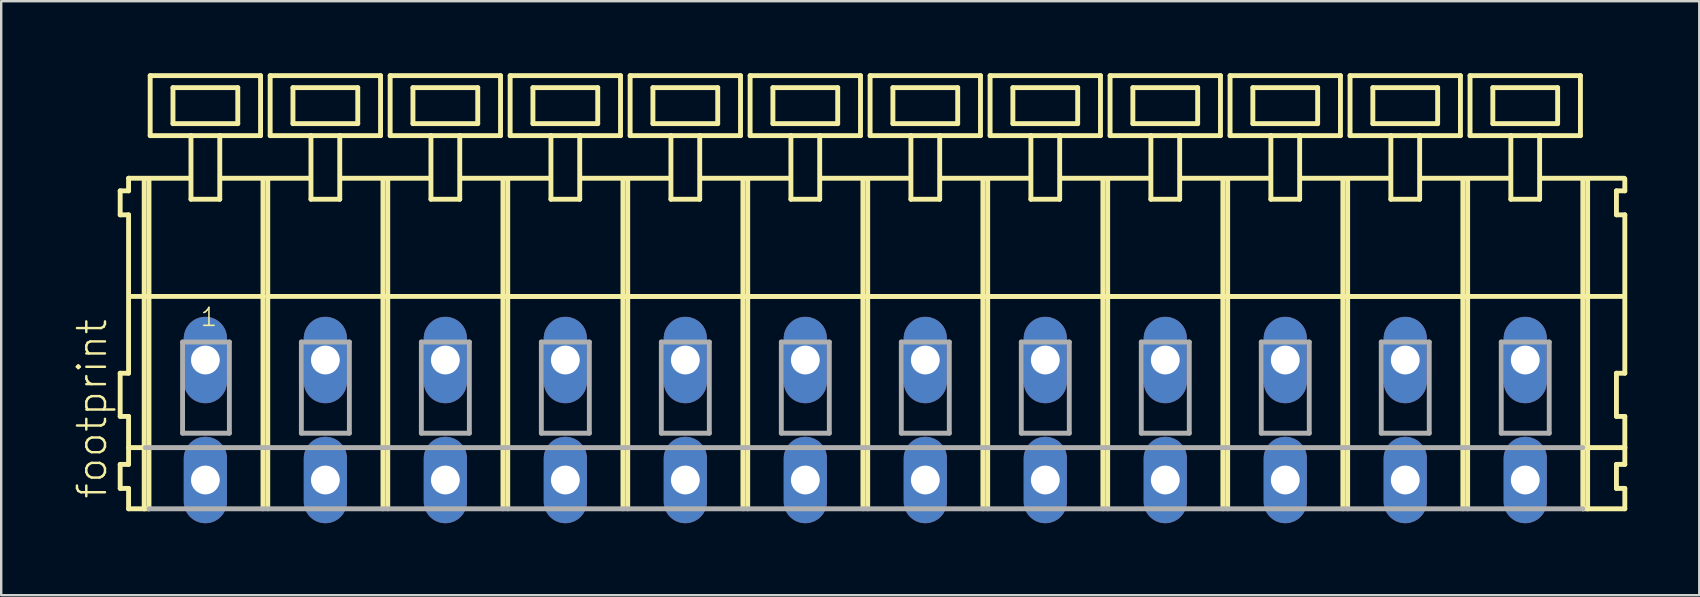
<source format=kicad_pcb>
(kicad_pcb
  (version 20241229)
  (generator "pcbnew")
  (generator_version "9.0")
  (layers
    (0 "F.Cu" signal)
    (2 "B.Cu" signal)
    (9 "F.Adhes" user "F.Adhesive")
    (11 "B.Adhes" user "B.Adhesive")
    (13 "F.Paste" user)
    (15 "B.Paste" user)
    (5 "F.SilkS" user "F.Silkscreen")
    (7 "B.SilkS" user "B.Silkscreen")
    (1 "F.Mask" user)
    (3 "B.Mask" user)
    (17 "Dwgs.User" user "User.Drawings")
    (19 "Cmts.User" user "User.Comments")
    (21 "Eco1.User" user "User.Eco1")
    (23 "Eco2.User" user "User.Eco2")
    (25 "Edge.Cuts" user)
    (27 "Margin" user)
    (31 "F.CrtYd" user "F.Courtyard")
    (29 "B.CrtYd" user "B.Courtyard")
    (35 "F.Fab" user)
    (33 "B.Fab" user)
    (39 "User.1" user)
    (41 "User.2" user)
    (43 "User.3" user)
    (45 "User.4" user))
  (footprint "footprint"
    (layer "F.Cu")
    (at 33.008 11.952)
    (property "Reference" "footprint" (at -31.535 5.855 90) (layer "F.SilkS") (effects (font (size 1.168 1.168) (thickness 0.102)) (justify left bottom)))
    (fp_line (start -31.05 -7.05) (end -31.05 -6.05) (stroke (width 0.203) (type solid)) (layer "F.SilkS"))
    (fp_line (start -31.05 -6.05) (end -30.7 -6.05) (stroke (width 0.203) (type solid)) (layer "F.SilkS"))
    (fp_line (start -31.05 0.55) (end -31.05 2.35) (stroke (width 0.203) (type solid)) (layer "F.SilkS"))
    (fp_line (start -31.05 2.35) (end -30.7 2.35) (stroke (width 0.203) (type solid)) (layer "F.SilkS"))
    (fp_line (start -31.05 4.35) (end -31.05 5.35) (stroke (width 0.203) (type solid)) (layer "F.SilkS"))
    (fp_line (start -31.05 5.35) (end -30.7 5.35) (stroke (width 0.203) (type solid)) (layer "F.SilkS"))
    (fp_line (start -30.7 -7.575) (end -30.7 -7.05) (stroke (width 0.203) (type solid)) (layer "F.SilkS"))
    (fp_line (start -30.7 -7.575) (end -28.125 -7.575) (stroke (width 0.203) (type solid)) (layer "F.SilkS"))
    (fp_line (start -30.7 -7.05) (end -31.05 -7.05) (stroke (width 0.203) (type solid)) (layer "F.SilkS"))
    (fp_line (start -30.7 -6.05) (end -30.7 0.55) (stroke (width 0.203) (type solid)) (layer "F.SilkS"))
    (fp_line (start -30.7 0.55) (end -31.05 0.55) (stroke (width 0.203) (type solid)) (layer "F.SilkS"))
    (fp_line (start -30.7 2.35) (end -30.7 4.35) (stroke (width 0.203) (type solid)) (layer "F.SilkS"))
    (fp_line (start -30.7 3.65) (end -30 3.65) (stroke (width 0.203) (type solid)) (layer "F.SilkS"))
    (fp_line (start -30.7 4.35) (end -31.05 4.35) (stroke (width 0.203) (type solid)) (layer "F.SilkS"))
    (fp_line (start -30.7 5.35) (end -30.7 6.2) (stroke (width 0.203) (type solid)) (layer "F.SilkS"))
    (fp_line (start -30.7 6.2) (end -30.05 6.2) (stroke (width 0.203) (type solid)) (layer "F.SilkS"))
    (fp_line (start -30.65 -2.65) (end -25.1 -2.65) (stroke (width 0.203) (type solid)) (layer "F.SilkS"))
    (fp_line (start -30.05 -7.55) (end -30.05 6.2) (stroke (width 0.203) (type solid)) (layer "F.SilkS"))
    (fp_line (start -30.05 6.2) (end -29.85 6.2) (stroke (width 0.203) (type solid)) (layer "F.SilkS"))
    (fp_line (start -29.85 -7.55) (end -29.85 6.2) (stroke (width 0.203) (type solid)) (layer "F.SilkS"))
    (fp_line (start -29.8 -11.85) (end -29.8 -9.35) (stroke (width 0.203) (type solid)) (layer "F.SilkS"))
    (fp_line (start -29.8 -9.35) (end -28.1 -9.35) (stroke (width 0.203) (type solid)) (layer "F.SilkS"))
    (fp_line (start -28.85 -11.35) (end -28.85 -9.85) (stroke (width 0.203) (type solid)) (layer "F.SilkS"))
    (fp_line (start -28.85 -9.85) (end -26.15 -9.85) (stroke (width 0.203) (type solid)) (layer "F.SilkS"))
    (fp_line (start -28.1 -9.35) (end -28.1 -6.7) (stroke (width 0.203) (type solid)) (layer "F.SilkS"))
    (fp_line (start -28.1 -9.35) (end -26.9 -9.35) (stroke (width 0.203) (type solid)) (layer "F.SilkS"))
    (fp_line (start -28.1 -6.7) (end -26.9 -6.7) (stroke (width 0.203) (type solid)) (layer "F.SilkS"))
    (fp_line (start -26.9 -9.35) (end -25.2 -9.35) (stroke (width 0.203) (type solid)) (layer "F.SilkS"))
    (fp_line (start -26.9 -6.7) (end -26.9 -9.35) (stroke (width 0.203) (type solid)) (layer "F.SilkS"))
    (fp_line (start -26.825 -7.575) (end -23.125 -7.575) (stroke (width 0.203) (type solid)) (layer "F.SilkS"))
    (fp_line (start -26.15 -11.35) (end -28.85 -11.35) (stroke (width 0.203) (type solid)) (layer "F.SilkS"))
    (fp_line (start -26.15 -9.85) (end -26.15 -11.35) (stroke (width 0.203) (type solid)) (layer "F.SilkS"))
    (fp_line (start -25.2 -11.85) (end -29.8 -11.85) (stroke (width 0.203) (type solid)) (layer "F.SilkS"))
    (fp_line (start -25.2 -9.35) (end -25.2 -11.85) (stroke (width 0.203) (type solid)) (layer "F.SilkS"))
    (fp_line (start -25.1 -7.55) (end -25.1 -2.65) (stroke (width 0.203) (type solid)) (layer "F.SilkS"))
    (fp_line (start -25.1 -2.65) (end -25.1 6.2) (stroke (width 0.203) (type solid)) (layer "F.SilkS"))
    (fp_line (start -24.9 -7.55) (end -24.9 -2.65) (stroke (width 0.203) (type solid)) (layer "F.SilkS"))
    (fp_line (start -24.9 -2.65) (end -24.9 6.2) (stroke (width 0.203) (type solid)) (layer "F.SilkS"))
    (fp_line (start -24.9 -2.65) (end -20.1 -2.65) (stroke (width 0.203) (type solid)) (layer "F.SilkS"))
    (fp_line (start -24.8 -11.85) (end -24.8 -9.35) (stroke (width 0.203) (type solid)) (layer "F.SilkS"))
    (fp_line (start -24.8 -9.35) (end -23.1 -9.35) (stroke (width 0.203) (type solid)) (layer "F.SilkS"))
    (fp_line (start -23.85 -11.35) (end -23.85 -9.85) (stroke (width 0.203) (type solid)) (layer "F.SilkS"))
    (fp_line (start -23.85 -9.85) (end -21.15 -9.85) (stroke (width 0.203) (type solid)) (layer "F.SilkS"))
    (fp_line (start -23.1 -9.35) (end -23.1 -6.7) (stroke (width 0.203) (type solid)) (layer "F.SilkS"))
    (fp_line (start -23.1 -9.35) (end -21.9 -9.35) (stroke (width 0.203) (type solid)) (layer "F.SilkS"))
    (fp_line (start -23.1 -6.7) (end -21.9 -6.7) (stroke (width 0.203) (type solid)) (layer "F.SilkS"))
    (fp_line (start -21.9 -9.35) (end -20.2 -9.35) (stroke (width 0.203) (type solid)) (layer "F.SilkS"))
    (fp_line (start -21.9 -6.7) (end -21.9 -9.35) (stroke (width 0.203) (type solid)) (layer "F.SilkS"))
    (fp_line (start -21.875 -7.575) (end -18.125 -7.575) (stroke (width 0.203) (type solid)) (layer "F.SilkS"))
    (fp_line (start -21.15 -11.35) (end -23.85 -11.35) (stroke (width 0.203) (type solid)) (layer "F.SilkS"))
    (fp_line (start -21.15 -9.85) (end -21.15 -11.35) (stroke (width 0.203) (type solid)) (layer "F.SilkS"))
    (fp_line (start -20.2 -11.85) (end -24.8 -11.85) (stroke (width 0.203) (type solid)) (layer "F.SilkS"))
    (fp_line (start -20.2 -9.35) (end -20.2 -11.85) (stroke (width 0.203) (type solid)) (layer "F.SilkS"))
    (fp_line (start -20.1 -7.55) (end -20.1 -2.65) (stroke (width 0.203) (type solid)) (layer "F.SilkS"))
    (fp_line (start -20.1 -2.65) (end -20.1 6.2) (stroke (width 0.203) (type solid)) (layer "F.SilkS"))
    (fp_line (start -20.1 -2.65) (end -19.9 -2.65) (stroke (width 0.203) (type solid)) (layer "F.SilkS"))
    (fp_line (start -19.9 -7.55) (end -19.9 -2.65) (stroke (width 0.203) (type solid)) (layer "F.SilkS"))
    (fp_line (start -19.9 -2.65) (end -19.9 6.2) (stroke (width 0.203) (type solid)) (layer "F.SilkS"))
    (fp_line (start -19.9 -2.65) (end -15.1 -2.65) (stroke (width 0.203) (type solid)) (layer "F.SilkS"))
    (fp_line (start -19.8 -11.85) (end -19.8 -9.35) (stroke (width 0.203) (type solid)) (layer "F.SilkS"))
    (fp_line (start -19.8 -9.35) (end -18.1 -9.35) (stroke (width 0.203) (type solid)) (layer "F.SilkS"))
    (fp_line (start -18.85 -11.35) (end -18.85 -9.85) (stroke (width 0.203) (type solid)) (layer "F.SilkS"))
    (fp_line (start -18.85 -9.85) (end -16.15 -9.85) (stroke (width 0.203) (type solid)) (layer "F.SilkS"))
    (fp_line (start -18.1 -9.35) (end -18.1 -6.7) (stroke (width 0.203) (type solid)) (layer "F.SilkS"))
    (fp_line (start -18.1 -9.35) (end -16.9 -9.35) (stroke (width 0.203) (type solid)) (layer "F.SilkS"))
    (fp_line (start -18.1 -6.7) (end -16.9 -6.7) (stroke (width 0.203) (type solid)) (layer "F.SilkS"))
    (fp_line (start -16.9 -9.35) (end -15.2 -9.35) (stroke (width 0.203) (type solid)) (layer "F.SilkS"))
    (fp_line (start -16.9 -6.7) (end -16.9 -9.35) (stroke (width 0.203) (type solid)) (layer "F.SilkS"))
    (fp_line (start -16.875 -7.575) (end -13.125 -7.575) (stroke (width 0.203) (type solid)) (layer "F.SilkS"))
    (fp_line (start -16.15 -11.35) (end -18.85 -11.35) (stroke (width 0.203) (type solid)) (layer "F.SilkS"))
    (fp_line (start -16.15 -9.85) (end -16.15 -11.35) (stroke (width 0.203) (type solid)) (layer "F.SilkS"))
    (fp_line (start -15.2 -11.85) (end -19.8 -11.85) (stroke (width 0.203) (type solid)) (layer "F.SilkS"))
    (fp_line (start -15.2 -9.35) (end -15.2 -11.85) (stroke (width 0.203) (type solid)) (layer "F.SilkS"))
    (fp_line (start -15.1 -7.55) (end -15.1 -2.65) (stroke (width 0.203) (type solid)) (layer "F.SilkS"))
    (fp_line (start -15.1 -2.65) (end -15.1 6.2) (stroke (width 0.203) (type solid)) (layer "F.SilkS"))
    (fp_line (start -15.1 -2.65) (end -14.9 -2.65) (stroke (width 0.203) (type solid)) (layer "F.SilkS"))
    (fp_line (start -15.1 -2.65) (end 29.9 -2.65) (stroke (width 0.203) (type solid)) (layer "F.SilkS"))
    (fp_line (start -14.9 -7.55) (end -14.9 -2.65) (stroke (width 0.203) (type solid)) (layer "F.SilkS"))
    (fp_line (start -14.9 -2.65) (end -14.9 6.2) (stroke (width 0.203) (type solid)) (layer "F.SilkS"))
    (fp_line (start -14.9 -2.65) (end -10.1 -2.65) (stroke (width 0.203) (type solid)) (layer "F.SilkS"))
    (fp_line (start -14.8 -11.85) (end -14.8 -9.35) (stroke (width 0.203) (type solid)) (layer "F.SilkS"))
    (fp_line (start -14.8 -9.35) (end -13.1 -9.35) (stroke (width 0.203) (type solid)) (layer "F.SilkS"))
    (fp_line (start -13.85 -11.35) (end -13.85 -9.85) (stroke (width 0.203) (type solid)) (layer "F.SilkS"))
    (fp_line (start -13.85 -9.85) (end -11.15 -9.85) (stroke (width 0.203) (type solid)) (layer "F.SilkS"))
    (fp_line (start -13.1 -9.35) (end -13.1 -6.7) (stroke (width 0.203) (type solid)) (layer "F.SilkS"))
    (fp_line (start -13.1 -9.35) (end -11.9 -9.35) (stroke (width 0.203) (type solid)) (layer "F.SilkS"))
    (fp_line (start -13.1 -6.7) (end -11.9 -6.7) (stroke (width 0.203) (type solid)) (layer "F.SilkS"))
    (fp_line (start -11.9 -9.35) (end -10.2 -9.35) (stroke (width 0.203) (type solid)) (layer "F.SilkS"))
    (fp_line (start -11.9 -6.7) (end -11.9 -9.35) (stroke (width 0.203) (type solid)) (layer "F.SilkS"))
    (fp_line (start -11.875 -7.575) (end -8.125 -7.575) (stroke (width 0.203) (type solid)) (layer "F.SilkS"))
    (fp_line (start -11.15 -11.35) (end -13.85 -11.35) (stroke (width 0.203) (type solid)) (layer "F.SilkS"))
    (fp_line (start -11.15 -9.85) (end -11.15 -11.35) (stroke (width 0.203) (type solid)) (layer "F.SilkS"))
    (fp_line (start -10.2 -11.85) (end -14.8 -11.85) (stroke (width 0.203) (type solid)) (layer "F.SilkS"))
    (fp_line (start -10.2 -9.35) (end -10.2 -11.85) (stroke (width 0.203) (type solid)) (layer "F.SilkS"))
    (fp_line (start -10.1 -7.55) (end -10.1 -2.65) (stroke (width 0.203) (type solid)) (layer "F.SilkS"))
    (fp_line (start -10.1 -2.65) (end -10.1 6.2) (stroke (width 0.203) (type solid)) (layer "F.SilkS"))
    (fp_line (start -10.1 -2.65) (end -9.9 -2.65) (stroke (width 0.203) (type solid)) (layer "F.SilkS"))
    (fp_line (start -9.9 -7.55) (end -9.9 -2.65) (stroke (width 0.203) (type solid)) (layer "F.SilkS"))
    (fp_line (start -9.9 -2.65) (end -9.9 6.2) (stroke (width 0.203) (type solid)) (layer "F.SilkS"))
    (fp_line (start -9.9 -2.65) (end -5.1 -2.65) (stroke (width 0.203) (type solid)) (layer "F.SilkS"))
    (fp_line (start -9.8 -11.85) (end -9.8 -9.35) (stroke (width 0.203) (type solid)) (layer "F.SilkS"))
    (fp_line (start -9.8 -9.35) (end -8.1 -9.35) (stroke (width 0.203) (type solid)) (layer "F.SilkS"))
    (fp_line (start -8.85 -11.35) (end -8.85 -9.85) (stroke (width 0.203) (type solid)) (layer "F.SilkS"))
    (fp_line (start -8.85 -9.85) (end -6.15 -9.85) (stroke (width 0.203) (type solid)) (layer "F.SilkS"))
    (fp_line (start -8.1 -9.35) (end -8.1 -6.7) (stroke (width 0.203) (type solid)) (layer "F.SilkS"))
    (fp_line (start -8.1 -9.35) (end -6.9 -9.35) (stroke (width 0.203) (type solid)) (layer "F.SilkS"))
    (fp_line (start -8.1 -6.7) (end -6.9 -6.7) (stroke (width 0.203) (type solid)) (layer "F.SilkS"))
    (fp_line (start -6.9 -9.35) (end -5.2 -9.35) (stroke (width 0.203) (type solid)) (layer "F.SilkS"))
    (fp_line (start -6.9 -6.7) (end -6.9 -9.35) (stroke (width 0.203) (type solid)) (layer "F.SilkS"))
    (fp_line (start -6.875 -7.575) (end -3.125 -7.575) (stroke (width 0.203) (type solid)) (layer "F.SilkS"))
    (fp_line (start -6.15 -11.35) (end -8.85 -11.35) (stroke (width 0.203) (type solid)) (layer "F.SilkS"))
    (fp_line (start -6.15 -9.85) (end -6.15 -11.35) (stroke (width 0.203) (type solid)) (layer "F.SilkS"))
    (fp_line (start -5.2 -11.85) (end -9.8 -11.85) (stroke (width 0.203) (type solid)) (layer "F.SilkS"))
    (fp_line (start -5.2 -9.35) (end -5.2 -11.85) (stroke (width 0.203) (type solid)) (layer "F.SilkS"))
    (fp_line (start -5.1 -7.55) (end -5.1 -2.65) (stroke (width 0.203) (type solid)) (layer "F.SilkS"))
    (fp_line (start -5.1 -2.65) (end -5.1 6.2) (stroke (width 0.203) (type solid)) (layer "F.SilkS"))
    (fp_line (start -5.1 -2.65) (end -4.9 -2.65) (stroke (width 0.203) (type solid)) (layer "F.SilkS"))
    (fp_line (start -4.9 -7.55) (end -4.9 -2.65) (stroke (width 0.203) (type solid)) (layer "F.SilkS"))
    (fp_line (start -4.9 -2.65) (end -4.9 6.2) (stroke (width 0.203) (type solid)) (layer "F.SilkS"))
    (fp_line (start -4.9 -2.65) (end -0.1 -2.65) (stroke (width 0.203) (type solid)) (layer "F.SilkS"))
    (fp_line (start -4.8 -11.85) (end -4.8 -9.35) (stroke (width 0.203) (type solid)) (layer "F.SilkS"))
    (fp_line (start -4.8 -9.35) (end -3.1 -9.35) (stroke (width 0.203) (type solid)) (layer "F.SilkS"))
    (fp_line (start -3.85 -11.35) (end -3.85 -9.85) (stroke (width 0.203) (type solid)) (layer "F.SilkS"))
    (fp_line (start -3.85 -9.85) (end -1.15 -9.85) (stroke (width 0.203) (type solid)) (layer "F.SilkS"))
    (fp_line (start -3.1 -9.35) (end -3.1 -6.7) (stroke (width 0.203) (type solid)) (layer "F.SilkS"))
    (fp_line (start -3.1 -9.35) (end -1.9 -9.35) (stroke (width 0.203) (type solid)) (layer "F.SilkS"))
    (fp_line (start -3.1 -6.7) (end -1.9 -6.7) (stroke (width 0.203) (type solid)) (layer "F.SilkS"))
    (fp_line (start -1.9 -9.35) (end -0.2 -9.35) (stroke (width 0.203) (type solid)) (layer "F.SilkS"))
    (fp_line (start -1.9 -6.7) (end -1.9 -9.35) (stroke (width 0.203) (type solid)) (layer "F.SilkS"))
    (fp_line (start -1.875 -7.575) (end 1.875 -7.575) (stroke (width 0.203) (type solid)) (layer "F.SilkS"))
    (fp_line (start -1.15 -11.35) (end -3.85 -11.35) (stroke (width 0.203) (type solid)) (layer "F.SilkS"))
    (fp_line (start -1.15 -9.85) (end -1.15 -11.35) (stroke (width 0.203) (type solid)) (layer "F.SilkS"))
    (fp_line (start -0.2 -11.85) (end -4.8 -11.85) (stroke (width 0.203) (type solid)) (layer "F.SilkS"))
    (fp_line (start -0.2 -9.35) (end -0.2 -11.85) (stroke (width 0.203) (type solid)) (layer "F.SilkS"))
    (fp_line (start -0.1 -7.55) (end -0.1 -2.65) (stroke (width 0.203) (type solid)) (layer "F.SilkS"))
    (fp_line (start -0.1 -2.65) (end -0.1 6.2) (stroke (width 0.203) (type solid)) (layer "F.SilkS"))
    (fp_line (start -0.1 -2.65) (end 0.1 -2.65) (stroke (width 0.203) (type solid)) (layer "F.SilkS"))
    (fp_line (start 0.1 -7.55) (end 0.1 -2.65) (stroke (width 0.203) (type solid)) (layer "F.SilkS"))
    (fp_line (start 0.1 -2.65) (end 0.1 6.2) (stroke (width 0.203) (type solid)) (layer "F.SilkS"))
    (fp_line (start 0.1 -2.65) (end 4.9 -2.65) (stroke (width 0.203) (type solid)) (layer "F.SilkS"))
    (fp_line (start 0.2 -11.85) (end 0.2 -9.35) (stroke (width 0.203) (type solid)) (layer "F.SilkS"))
    (fp_line (start 0.2 -9.35) (end 1.9 -9.35) (stroke (width 0.203) (type solid)) (layer "F.SilkS"))
    (fp_line (start 1.15 -11.35) (end 1.15 -9.85) (stroke (width 0.203) (type solid)) (layer "F.SilkS"))
    (fp_line (start 1.15 -9.85) (end 3.85 -9.85) (stroke (width 0.203) (type solid)) (layer "F.SilkS"))
    (fp_line (start 1.9 -9.35) (end 1.9 -6.7) (stroke (width 0.203) (type solid)) (layer "F.SilkS"))
    (fp_line (start 1.9 -9.35) (end 3.1 -9.35) (stroke (width 0.203) (type solid)) (layer "F.SilkS"))
    (fp_line (start 1.9 -6.7) (end 3.1 -6.7) (stroke (width 0.203) (type solid)) (layer "F.SilkS"))
    (fp_line (start 3.1 -9.35) (end 4.8 -9.35) (stroke (width 0.203) (type solid)) (layer "F.SilkS"))
    (fp_line (start 3.1 -6.7) (end 3.1 -9.35) (stroke (width 0.203) (type solid)) (layer "F.SilkS"))
    (fp_line (start 3.125 -7.575) (end 6.875 -7.575) (stroke (width 0.203) (type solid)) (layer "F.SilkS"))
    (fp_line (start 3.85 -11.35) (end 1.15 -11.35) (stroke (width 0.203) (type solid)) (layer "F.SilkS"))
    (fp_line (start 3.85 -9.85) (end 3.85 -11.35) (stroke (width 0.203) (type solid)) (layer "F.SilkS"))
    (fp_line (start 4.8 -11.85) (end 0.2 -11.85) (stroke (width 0.203) (type solid)) (layer "F.SilkS"))
    (fp_line (start 4.8 -9.35) (end 4.8 -11.85) (stroke (width 0.203) (type solid)) (layer "F.SilkS"))
    (fp_line (start 4.9 -7.55) (end 4.9 -2.65) (stroke (width 0.203) (type solid)) (layer "F.SilkS"))
    (fp_line (start 4.9 -2.65) (end 4.9 6.2) (stroke (width 0.203) (type solid)) (layer "F.SilkS"))
    (fp_line (start 4.9 -2.65) (end 5.1 -2.65) (stroke (width 0.203) (type solid)) (layer "F.SilkS"))
    (fp_line (start 5.1 -7.55) (end 5.1 -2.65) (stroke (width 0.203) (type solid)) (layer "F.SilkS"))
    (fp_line (start 5.1 -2.65) (end 5.1 6.2) (stroke (width 0.203) (type solid)) (layer "F.SilkS"))
    (fp_line (start 5.1 -2.65) (end 9.9 -2.65) (stroke (width 0.203) (type solid)) (layer "F.SilkS"))
    (fp_line (start 5.2 -11.85) (end 5.2 -9.35) (stroke (width 0.203) (type solid)) (layer "F.SilkS"))
    (fp_line (start 5.2 -9.35) (end 6.9 -9.35) (stroke (width 0.203) (type solid)) (layer "F.SilkS"))
    (fp_line (start 6.15 -11.35) (end 6.15 -9.85) (stroke (width 0.203) (type solid)) (layer "F.SilkS"))
    (fp_line (start 6.15 -9.85) (end 8.85 -9.85) (stroke (width 0.203) (type solid)) (layer "F.SilkS"))
    (fp_line (start 6.9 -9.35) (end 6.9 -6.7) (stroke (width 0.203) (type solid)) (layer "F.SilkS"))
    (fp_line (start 6.9 -9.35) (end 8.1 -9.35) (stroke (width 0.203) (type solid)) (layer "F.SilkS"))
    (fp_line (start 6.9 -6.7) (end 8.1 -6.7) (stroke (width 0.203) (type solid)) (layer "F.SilkS"))
    (fp_line (start 8.1 -9.35) (end 9.8 -9.35) (stroke (width 0.203) (type solid)) (layer "F.SilkS"))
    (fp_line (start 8.1 -6.7) (end 8.1 -9.35) (stroke (width 0.203) (type solid)) (layer "F.SilkS"))
    (fp_line (start 8.125 -7.575) (end 11.875 -7.575) (stroke (width 0.203) (type solid)) (layer "F.SilkS"))
    (fp_line (start 8.85 -11.35) (end 6.15 -11.35) (stroke (width 0.203) (type solid)) (layer "F.SilkS"))
    (fp_line (start 8.85 -9.85) (end 8.85 -11.35) (stroke (width 0.203) (type solid)) (layer "F.SilkS"))
    (fp_line (start 9.8 -11.85) (end 5.2 -11.85) (stroke (width 0.203) (type solid)) (layer "F.SilkS"))
    (fp_line (start 9.8 -9.35) (end 9.8 -11.85) (stroke (width 0.203) (type solid)) (layer "F.SilkS"))
    (fp_line (start 9.9 -7.55) (end 9.9 -2.65) (stroke (width 0.203) (type solid)) (layer "F.SilkS"))
    (fp_line (start 9.9 -2.65) (end 9.9 6.2) (stroke (width 0.203) (type solid)) (layer "F.SilkS"))
    (fp_line (start 9.9 -2.65) (end 10.1 -2.65) (stroke (width 0.203) (type solid)) (layer "F.SilkS"))
    (fp_line (start 10.1 -7.55) (end 10.1 -2.65) (stroke (width 0.203) (type solid)) (layer "F.SilkS"))
    (fp_line (start 10.1 -2.65) (end 10.1 6.2) (stroke (width 0.203) (type solid)) (layer "F.SilkS"))
    (fp_line (start 10.1 -2.65) (end 14.9 -2.65) (stroke (width 0.203) (type solid)) (layer "F.SilkS"))
    (fp_line (start 10.2 -11.85) (end 10.2 -9.35) (stroke (width 0.203) (type solid)) (layer "F.SilkS"))
    (fp_line (start 10.2 -9.35) (end 11.9 -9.35) (stroke (width 0.203) (type solid)) (layer "F.SilkS"))
    (fp_line (start 11.15 -11.35) (end 11.15 -9.85) (stroke (width 0.203) (type solid)) (layer "F.SilkS"))
    (fp_line (start 11.15 -9.85) (end 13.85 -9.85) (stroke (width 0.203) (type solid)) (layer "F.SilkS"))
    (fp_line (start 11.9 -9.35) (end 11.9 -6.7) (stroke (width 0.203) (type solid)) (layer "F.SilkS"))
    (fp_line (start 11.9 -9.35) (end 13.1 -9.35) (stroke (width 0.203) (type solid)) (layer "F.SilkS"))
    (fp_line (start 11.9 -6.7) (end 13.1 -6.7) (stroke (width 0.203) (type solid)) (layer "F.SilkS"))
    (fp_line (start 13.1 -9.35) (end 14.8 -9.35) (stroke (width 0.203) (type solid)) (layer "F.SilkS"))
    (fp_line (start 13.1 -6.7) (end 13.1 -9.35) (stroke (width 0.203) (type solid)) (layer "F.SilkS"))
    (fp_line (start 13.125 -7.575) (end 16.875 -7.575) (stroke (width 0.203) (type solid)) (layer "F.SilkS"))
    (fp_line (start 13.85 -11.35) (end 11.15 -11.35) (stroke (width 0.203) (type solid)) (layer "F.SilkS"))
    (fp_line (start 13.85 -9.85) (end 13.85 -11.35) (stroke (width 0.203) (type solid)) (layer "F.SilkS"))
    (fp_line (start 14.8 -11.85) (end 10.2 -11.85) (stroke (width 0.203) (type solid)) (layer "F.SilkS"))
    (fp_line (start 14.8 -9.35) (end 14.8 -11.85) (stroke (width 0.203) (type solid)) (layer "F.SilkS"))
    (fp_line (start 14.9 -7.55) (end 14.9 -2.65) (stroke (width 0.203) (type solid)) (layer "F.SilkS"))
    (fp_line (start 14.9 -2.65) (end 14.9 6.2) (stroke (width 0.203) (type solid)) (layer "F.SilkS"))
    (fp_line (start 14.9 -2.65) (end 15.1 -2.65) (stroke (width 0.203) (type solid)) (layer "F.SilkS"))
    (fp_line (start 15.1 -7.55) (end 15.1 -2.65) (stroke (width 0.203) (type solid)) (layer "F.SilkS"))
    (fp_line (start 15.1 -2.65) (end 15.1 6.2) (stroke (width 0.203) (type solid)) (layer "F.SilkS"))
    (fp_line (start 15.1 -2.65) (end 19.9 -2.65) (stroke (width 0.203) (type solid)) (layer "F.SilkS"))
    (fp_line (start 15.2 -11.85) (end 15.2 -9.35) (stroke (width 0.203) (type solid)) (layer "F.SilkS"))
    (fp_line (start 15.2 -9.35) (end 16.9 -9.35) (stroke (width 0.203) (type solid)) (layer "F.SilkS"))
    (fp_line (start 16.15 -11.35) (end 16.15 -9.85) (stroke (width 0.203) (type solid)) (layer "F.SilkS"))
    (fp_line (start 16.15 -9.85) (end 18.85 -9.85) (stroke (width 0.203) (type solid)) (layer "F.SilkS"))
    (fp_line (start 16.9 -9.35) (end 16.9 -6.7) (stroke (width 0.203) (type solid)) (layer "F.SilkS"))
    (fp_line (start 16.9 -9.35) (end 18.1 -9.35) (stroke (width 0.203) (type solid)) (layer "F.SilkS"))
    (fp_line (start 16.9 -6.7) (end 18.1 -6.7) (stroke (width 0.203) (type solid)) (layer "F.SilkS"))
    (fp_line (start 18.1 -9.35) (end 19.8 -9.35) (stroke (width 0.203) (type solid)) (layer "F.SilkS"))
    (fp_line (start 18.1 -6.7) (end 18.1 -9.35) (stroke (width 0.203) (type solid)) (layer "F.SilkS"))
    (fp_line (start 18.125 -7.575) (end 21.875 -7.575) (stroke (width 0.203) (type solid)) (layer "F.SilkS"))
    (fp_line (start 18.85 -11.35) (end 16.15 -11.35) (stroke (width 0.203) (type solid)) (layer "F.SilkS"))
    (fp_line (start 18.85 -9.85) (end 18.85 -11.35) (stroke (width 0.203) (type solid)) (layer "F.SilkS"))
    (fp_line (start 19.8 -11.85) (end 15.2 -11.85) (stroke (width 0.203) (type solid)) (layer "F.SilkS"))
    (fp_line (start 19.8 -9.35) (end 19.8 -11.85) (stroke (width 0.203) (type solid)) (layer "F.SilkS"))
    (fp_line (start 19.9 -7.55) (end 19.9 -2.65) (stroke (width 0.203) (type solid)) (layer "F.SilkS"))
    (fp_line (start 19.9 -2.65) (end 19.9 6.2) (stroke (width 0.203) (type solid)) (layer "F.SilkS"))
    (fp_line (start 19.9 -2.65) (end 20.1 -2.65) (stroke (width 0.203) (type solid)) (layer "F.SilkS"))
    (fp_line (start 20.1 -7.55) (end 20.1 -2.65) (stroke (width 0.203) (type solid)) (layer "F.SilkS"))
    (fp_line (start 20.1 -2.65) (end 20.1 6.2) (stroke (width 0.203) (type solid)) (layer "F.SilkS"))
    (fp_line (start 20.1 -2.65) (end 24.9 -2.65) (stroke (width 0.203) (type solid)) (layer "F.SilkS"))
    (fp_line (start 20.2 -11.85) (end 20.2 -9.35) (stroke (width 0.203) (type solid)) (layer "F.SilkS"))
    (fp_line (start 20.2 -9.35) (end 21.9 -9.35) (stroke (width 0.203) (type solid)) (layer "F.SilkS"))
    (fp_line (start 21.15 -11.35) (end 21.15 -9.85) (stroke (width 0.203) (type solid)) (layer "F.SilkS"))
    (fp_line (start 21.15 -9.85) (end 23.85 -9.85) (stroke (width 0.203) (type solid)) (layer "F.SilkS"))
    (fp_line (start 21.9 -9.35) (end 21.9 -6.7) (stroke (width 0.203) (type solid)) (layer "F.SilkS"))
    (fp_line (start 21.9 -9.35) (end 23.1 -9.35) (stroke (width 0.203) (type solid)) (layer "F.SilkS"))
    (fp_line (start 21.9 -6.7) (end 23.1 -6.7) (stroke (width 0.203) (type solid)) (layer "F.SilkS"))
    (fp_line (start 23.1 -9.35) (end 24.8 -9.35) (stroke (width 0.203) (type solid)) (layer "F.SilkS"))
    (fp_line (start 23.1 -6.7) (end 23.1 -9.35) (stroke (width 0.203) (type solid)) (layer "F.SilkS"))
    (fp_line (start 23.125 -7.575) (end 26.875 -7.575) (stroke (width 0.203) (type solid)) (layer "F.SilkS"))
    (fp_line (start 23.85 -11.35) (end 21.15 -11.35) (stroke (width 0.203) (type solid)) (layer "F.SilkS"))
    (fp_line (start 23.85 -9.85) (end 23.85 -11.35) (stroke (width 0.203) (type solid)) (layer "F.SilkS"))
    (fp_line (start 24.8 -11.85) (end 20.2 -11.85) (stroke (width 0.203) (type solid)) (layer "F.SilkS"))
    (fp_line (start 24.8 -9.35) (end 24.8 -11.85) (stroke (width 0.203) (type solid)) (layer "F.SilkS"))
    (fp_line (start 24.9 -7.55) (end 24.9 -2.65) (stroke (width 0.203) (type solid)) (layer "F.SilkS"))
    (fp_line (start 24.9 -2.65) (end 24.9 6.2) (stroke (width 0.203) (type solid)) (layer "F.SilkS"))
    (fp_line (start 24.9 -2.65) (end 25.1 -2.65) (stroke (width 0.203) (type solid)) (layer "F.SilkS"))
    (fp_line (start 25.1 -7.55) (end 25.1 -2.65) (stroke (width 0.203) (type solid)) (layer "F.SilkS"))
    (fp_line (start 25.1 -2.65) (end 25.1 6.2) (stroke (width 0.203) (type solid)) (layer "F.SilkS"))
    (fp_line (start 25.2 -11.85) (end 25.2 -9.35) (stroke (width 0.203) (type solid)) (layer "F.SilkS"))
    (fp_line (start 25.2 -9.35) (end 26.9 -9.35) (stroke (width 0.203) (type solid)) (layer "F.SilkS"))
    (fp_line (start 26.15 -11.35) (end 26.15 -9.85) (stroke (width 0.203) (type solid)) (layer "F.SilkS"))
    (fp_line (start 26.15 -9.85) (end 28.85 -9.85) (stroke (width 0.203) (type solid)) (layer "F.SilkS"))
    (fp_line (start 26.9 -9.35) (end 26.9 -6.7) (stroke (width 0.203) (type solid)) (layer "F.SilkS"))
    (fp_line (start 26.9 -9.35) (end 28.1 -9.35) (stroke (width 0.203) (type solid)) (layer "F.SilkS"))
    (fp_line (start 26.9 -6.7) (end 28.1 -6.7) (stroke (width 0.203) (type solid)) (layer "F.SilkS"))
    (fp_line (start 28.1 -9.35) (end 29.8 -9.35) (stroke (width 0.203) (type solid)) (layer "F.SilkS"))
    (fp_line (start 28.1 -6.7) (end 28.1 -9.35) (stroke (width 0.203) (type solid)) (layer "F.SilkS"))
    (fp_line (start 28.125 -7.575) (end 31.625 -7.575) (stroke (width 0.203) (type solid)) (layer "F.SilkS"))
    (fp_line (start 28.85 -11.35) (end 26.15 -11.35) (stroke (width 0.203) (type solid)) (layer "F.SilkS"))
    (fp_line (start 28.85 -9.85) (end 28.85 -11.35) (stroke (width 0.203) (type solid)) (layer "F.SilkS"))
    (fp_line (start 29.8 -11.85) (end 25.2 -11.85) (stroke (width 0.203) (type solid)) (layer "F.SilkS"))
    (fp_line (start 29.8 -9.35) (end 29.8 -11.85) (stroke (width 0.203) (type solid)) (layer "F.SilkS"))
    (fp_line (start 29.9 -7.55) (end 29.9 -2.65) (stroke (width 0.203) (type solid)) (layer "F.SilkS"))
    (fp_line (start 29.9 -2.65) (end 29.9 6.2) (stroke (width 0.203) (type solid)) (layer "F.SilkS"))
    (fp_line (start 29.9 -2.65) (end 30.1 -2.65) (stroke (width 0.203) (type solid)) (layer "F.SilkS"))
    (fp_line (start 29.9 6.2) (end 30.1 6.2) (stroke (width 0.203) (type solid)) (layer "F.SilkS"))
    (fp_line (start 29.95 3.65) (end 31.65 3.65) (stroke (width 0.203) (type solid)) (layer "F.SilkS"))
    (fp_line (start 30.1 -7.55) (end 30.1 -2.65) (stroke (width 0.203) (type solid)) (layer "F.SilkS"))
    (fp_line (start 30.1 -2.65) (end 30.1 6.2) (stroke (width 0.203) (type solid)) (layer "F.SilkS"))
    (fp_line (start 30.1 -2.65) (end 31.6 -2.65) (stroke (width 0.203) (type solid)) (layer "F.SilkS"))
    (fp_line (start 30.1 6.2) (end 31.65 6.2) (stroke (width 0.203) (type solid)) (layer "F.SilkS"))
    (fp_line (start 31.3 -7.05) (end 31.3 -6.05) (stroke (width 0.203) (type solid)) (layer "F.SilkS"))
    (fp_line (start 31.3 -6.05) (end 31.65 -6.05) (stroke (width 0.203) (type solid)) (layer "F.SilkS"))
    (fp_line (start 31.3 0.55) (end 31.3 2.35) (stroke (width 0.203) (type solid)) (layer "F.SilkS"))
    (fp_line (start 31.3 2.35) (end 31.65 2.35) (stroke (width 0.203) (type solid)) (layer "F.SilkS"))
    (fp_line (start 31.3 4.35) (end 31.3 5.35) (stroke (width 0.203) (type solid)) (layer "F.SilkS"))
    (fp_line (start 31.3 5.35) (end 31.65 5.35) (stroke (width 0.203) (type solid)) (layer "F.SilkS"))
    (fp_line (start 31.65 -7.05) (end 31.3 -7.05) (stroke (width 0.203) (type solid)) (layer "F.SilkS"))
    (fp_line (start 31.65 -7.05) (end 31.65 -7.55) (stroke (width 0.203) (type solid)) (layer "F.SilkS"))
    (fp_line (start 31.65 0.55) (end 31.3 0.55) (stroke (width 0.203) (type solid)) (layer "F.SilkS"))
    (fp_line (start 31.65 0.55) (end 31.65 -6.05) (stroke (width 0.203) (type solid)) (layer "F.SilkS"))
    (fp_line (start 31.65 3.65) (end 31.65 2.35) (stroke (width 0.203) (type solid)) (layer "F.SilkS"))
    (fp_line (start 31.65 4.35) (end 31.3 4.35) (stroke (width 0.203) (type solid)) (layer "F.SilkS"))
    (fp_line (start 31.65 4.35) (end 31.65 3.65) (stroke (width 0.203) (type solid)) (layer "F.SilkS"))
    (fp_line (start 31.65 6.2) (end 31.65 5.35) (stroke (width 0.203) (type solid)) (layer "F.SilkS"))
    (fp_line (start -30 3.65) (end 29.9 3.65) (stroke (width 0.203) (type solid)) (layer "F.Fab"))
    (fp_line (start -29.85 6.2) (end 29.9 6.2) (stroke (width 0.203) (type solid)) (layer "F.Fab"))
    (fp_line (start -28.45 -0.75) (end -28.45 3.05) (stroke (width 0.203) (type solid)) (layer "F.Fab"))
    (fp_line (start -28.45 3.05) (end -26.5 3.05) (stroke (width 0.203) (type solid)) (layer "F.Fab"))
    (fp_line (start -26.5 -0.75) (end -28.45 -0.75) (stroke (width 0.203) (type solid)) (layer "F.Fab"))
    (fp_line (start -26.5 3.05) (end -26.5 -0.75) (stroke (width 0.203) (type solid)) (layer "F.Fab"))
    (fp_line (start -23.5 -0.75) (end -23.5 3.05) (stroke (width 0.203) (type solid)) (layer "F.Fab"))
    (fp_line (start -23.5 3.05) (end -21.5 3.05) (stroke (width 0.203) (type solid)) (layer "F.Fab"))
    (fp_line (start -21.5 -0.75) (end -23.5 -0.75) (stroke (width 0.203) (type solid)) (layer "F.Fab"))
    (fp_line (start -21.5 3.05) (end -21.5 -0.75) (stroke (width 0.203) (type solid)) (layer "F.Fab"))
    (fp_line (start -18.5 -0.75) (end -18.5 3.05) (stroke (width 0.203) (type solid)) (layer "F.Fab"))
    (fp_line (start -18.5 3.05) (end -16.5 3.05) (stroke (width 0.203) (type solid)) (layer "F.Fab"))
    (fp_line (start -16.5 -0.75) (end -18.5 -0.75) (stroke (width 0.203) (type solid)) (layer "F.Fab"))
    (fp_line (start -16.5 3.05) (end -16.5 -0.75) (stroke (width 0.203) (type solid)) (layer "F.Fab"))
    (fp_line (start -13.5 -0.75) (end -13.5 3.05) (stroke (width 0.203) (type solid)) (layer "F.Fab"))
    (fp_line (start -13.5 3.05) (end -11.5 3.05) (stroke (width 0.203) (type solid)) (layer "F.Fab"))
    (fp_line (start -11.5 -0.75) (end -13.5 -0.75) (stroke (width 0.203) (type solid)) (layer "F.Fab"))
    (fp_line (start -11.5 3.05) (end -11.5 -0.75) (stroke (width 0.203) (type solid)) (layer "F.Fab"))
    (fp_line (start -8.5 -0.75) (end -8.5 3.05) (stroke (width 0.203) (type solid)) (layer "F.Fab"))
    (fp_line (start -8.5 3.05) (end -6.5 3.05) (stroke (width 0.203) (type solid)) (layer "F.Fab"))
    (fp_line (start -6.5 -0.75) (end -8.5 -0.75) (stroke (width 0.203) (type solid)) (layer "F.Fab"))
    (fp_line (start -6.5 3.05) (end -6.5 -0.75) (stroke (width 0.203) (type solid)) (layer "F.Fab"))
    (fp_line (start -3.5 -0.75) (end -3.5 3.05) (stroke (width 0.203) (type solid)) (layer "F.Fab"))
    (fp_line (start -3.5 3.05) (end -1.5 3.05) (stroke (width 0.203) (type solid)) (layer "F.Fab"))
    (fp_line (start -1.5 -0.75) (end -3.5 -0.75) (stroke (width 0.203) (type solid)) (layer "F.Fab"))
    (fp_line (start -1.5 3.05) (end -1.5 -0.75) (stroke (width 0.203) (type solid)) (layer "F.Fab"))
    (fp_line (start 1.5 -0.75) (end 1.5 3.05) (stroke (width 0.203) (type solid)) (layer "F.Fab"))
    (fp_line (start 1.5 3.05) (end 3.5 3.05) (stroke (width 0.203) (type solid)) (layer "F.Fab"))
    (fp_line (start 3.5 -0.75) (end 1.5 -0.75) (stroke (width 0.203) (type solid)) (layer "F.Fab"))
    (fp_line (start 3.5 3.05) (end 3.5 -0.75) (stroke (width 0.203) (type solid)) (layer "F.Fab"))
    (fp_line (start 6.5 -0.75) (end 6.5 3.05) (stroke (width 0.203) (type solid)) (layer "F.Fab"))
    (fp_line (start 6.5 3.05) (end 8.5 3.05) (stroke (width 0.203) (type solid)) (layer "F.Fab"))
    (fp_line (start 8.5 -0.75) (end 6.5 -0.75) (stroke (width 0.203) (type solid)) (layer "F.Fab"))
    (fp_line (start 8.5 3.05) (end 8.5 -0.75) (stroke (width 0.203) (type solid)) (layer "F.Fab"))
    (fp_line (start 11.5 -0.75) (end 11.5 3.05) (stroke (width 0.203) (type solid)) (layer "F.Fab"))
    (fp_line (start 11.5 3.05) (end 13.5 3.05) (stroke (width 0.203) (type solid)) (layer "F.Fab"))
    (fp_line (start 13.5 -0.75) (end 11.5 -0.75) (stroke (width 0.203) (type solid)) (layer "F.Fab"))
    (fp_line (start 13.5 3.05) (end 13.5 -0.75) (stroke (width 0.203) (type solid)) (layer "F.Fab"))
    (fp_line (start 16.5 -0.75) (end 16.5 3.05) (stroke (width 0.203) (type solid)) (layer "F.Fab"))
    (fp_line (start 16.5 3.05) (end 18.5 3.05) (stroke (width 0.203) (type solid)) (layer "F.Fab"))
    (fp_line (start 18.5 -0.75) (end 16.5 -0.75) (stroke (width 0.203) (type solid)) (layer "F.Fab"))
    (fp_line (start 18.5 3.05) (end 18.5 -0.75) (stroke (width 0.203) (type solid)) (layer "F.Fab"))
    (fp_line (start 21.5 -0.75) (end 21.5 3.05) (stroke (width 0.203) (type solid)) (layer "F.Fab"))
    (fp_line (start 21.5 3.05) (end 23.5 3.05) (stroke (width 0.203) (type solid)) (layer "F.Fab"))
    (fp_line (start 23.5 -0.75) (end 21.5 -0.75) (stroke (width 0.203) (type solid)) (layer "F.Fab"))
    (fp_line (start 23.5 3.05) (end 23.5 -0.75) (stroke (width 0.203) (type solid)) (layer "F.Fab"))
    (fp_line (start 26.5 -0.75) (end 26.5 3.05) (stroke (width 0.203) (type solid)) (layer "F.Fab"))
    (fp_line (start 26.5 3.05) (end 28.5 3.05) (stroke (width 0.203) (type solid)) (layer "F.Fab"))
    (fp_line (start 28.5 -0.75) (end 26.5 -0.75) (stroke (width 0.203) (type solid)) (layer "F.Fab"))
    (fp_line (start 28.5 3.05) (end 28.5 -0.75) (stroke (width 0.203) (type solid)) (layer "F.Fab"))
    (fp_text user "1" (at -27.75 -1.35 0) (layer "F.SilkS") (effects (font (size 0.748 0.748) (thickness 0.065)) (justify left bottom)))
    (pad "A1" thru_hole oval (at -27.5 0 90) (size 3.6 1.8) (drill 1.2) (layers "*.Cu" "*.Mask"))
    (pad "A2" thru_hole oval (at -22.5 0 90) (size 3.6 1.8) (drill 1.2) (layers "*.Cu" "*.Mask"))
    (pad "A3" thru_hole oval (at -17.5 0 90) (size 3.6 1.8) (drill 1.2) (layers "*.Cu" "*.Mask"))
    (pad "A4" thru_hole oval (at -12.5 0 90) (size 3.6 1.8) (drill 1.2) (layers "*.Cu" "*.Mask"))
    (pad "A5" thru_hole oval (at -7.5 0 90) (size 3.6 1.8) (drill 1.2) (layers "*.Cu" "*.Mask"))
    (pad "A6" thru_hole oval (at -2.5 0 90) (size 3.6 1.8) (drill 1.2) (layers "*.Cu" "*.Mask"))
    (pad "A7" thru_hole oval (at 2.5 0 90) (size 3.6 1.8) (drill 1.2) (layers "*.Cu" "*.Mask"))
    (pad "A8" thru_hole oval (at 7.5 0 90) (size 3.6 1.8) (drill 1.2) (layers "*.Cu" "*.Mask"))
    (pad "A9" thru_hole oval (at 12.5 0 90) (size 3.6 1.8) (drill 1.2) (layers "*.Cu" "*.Mask"))
    (pad "A10" thru_hole oval (at 17.5 0 90) (size 3.6 1.8) (drill 1.2) (layers "*.Cu" "*.Mask"))
    (pad "A11" thru_hole oval (at 22.5 0 90) (size 3.6 1.8) (drill 1.2) (layers "*.Cu" "*.Mask"))
    (pad "A12" thru_hole oval (at 27.5 0 90) (size 3.6 1.8) (drill 1.2) (layers "*.Cu" "*.Mask"))
    (pad "B1" thru_hole oval (at -27.5 5 90) (size 3.6 1.8) (drill 1.2) (layers "*.Cu" "*.Mask"))
    (pad "B2" thru_hole oval (at -22.5 5 90) (size 3.6 1.8) (drill 1.2) (layers "*.Cu" "*.Mask"))
    (pad "B3" thru_hole oval (at -17.5 5 90) (size 3.6 1.8) (drill 1.2) (layers "*.Cu" "*.Mask"))
    (pad "B4" thru_hole oval (at -12.5 5 90) (size 3.6 1.8) (drill 1.2) (layers "*.Cu" "*.Mask"))
    (pad "B5" thru_hole oval (at -7.5 5 90) (size 3.6 1.8) (drill 1.2) (layers "*.Cu" "*.Mask"))
    (pad "B6" thru_hole oval (at -2.5 5 90) (size 3.6 1.8) (drill 1.2) (layers "*.Cu" "*.Mask"))
    (pad "B7" thru_hole oval (at 2.5 5 90) (size 3.6 1.8) (drill 1.2) (layers "*.Cu" "*.Mask"))
    (pad "B8" thru_hole oval (at 7.5 5 90) (size 3.6 1.8) (drill 1.2) (layers "*.Cu" "*.Mask"))
    (pad "B9" thru_hole oval (at 12.5 5 90) (size 3.6 1.8) (drill 1.2) (layers "*.Cu" "*.Mask"))
    (pad "B10" thru_hole oval (at 17.5 5 90) (size 3.6 1.8) (drill 1.2) (layers "*.Cu" "*.Mask"))
    (pad "B11" thru_hole oval (at 22.5 5 90) (size 3.6 1.8) (drill 1.2) (layers "*.Cu" "*.Mask"))
    (pad "B12" thru_hole oval (at 27.5 5 90) (size 3.6 1.8) (drill 1.2) (layers "*.Cu" "*.Mask")))
  (gr_rect
    (start -3 -3)
    (end 67.76 21.752)
    (stroke (width 0.1) (type default))
    (fill no)
    (layer "Edge.Cuts")))
</source>
